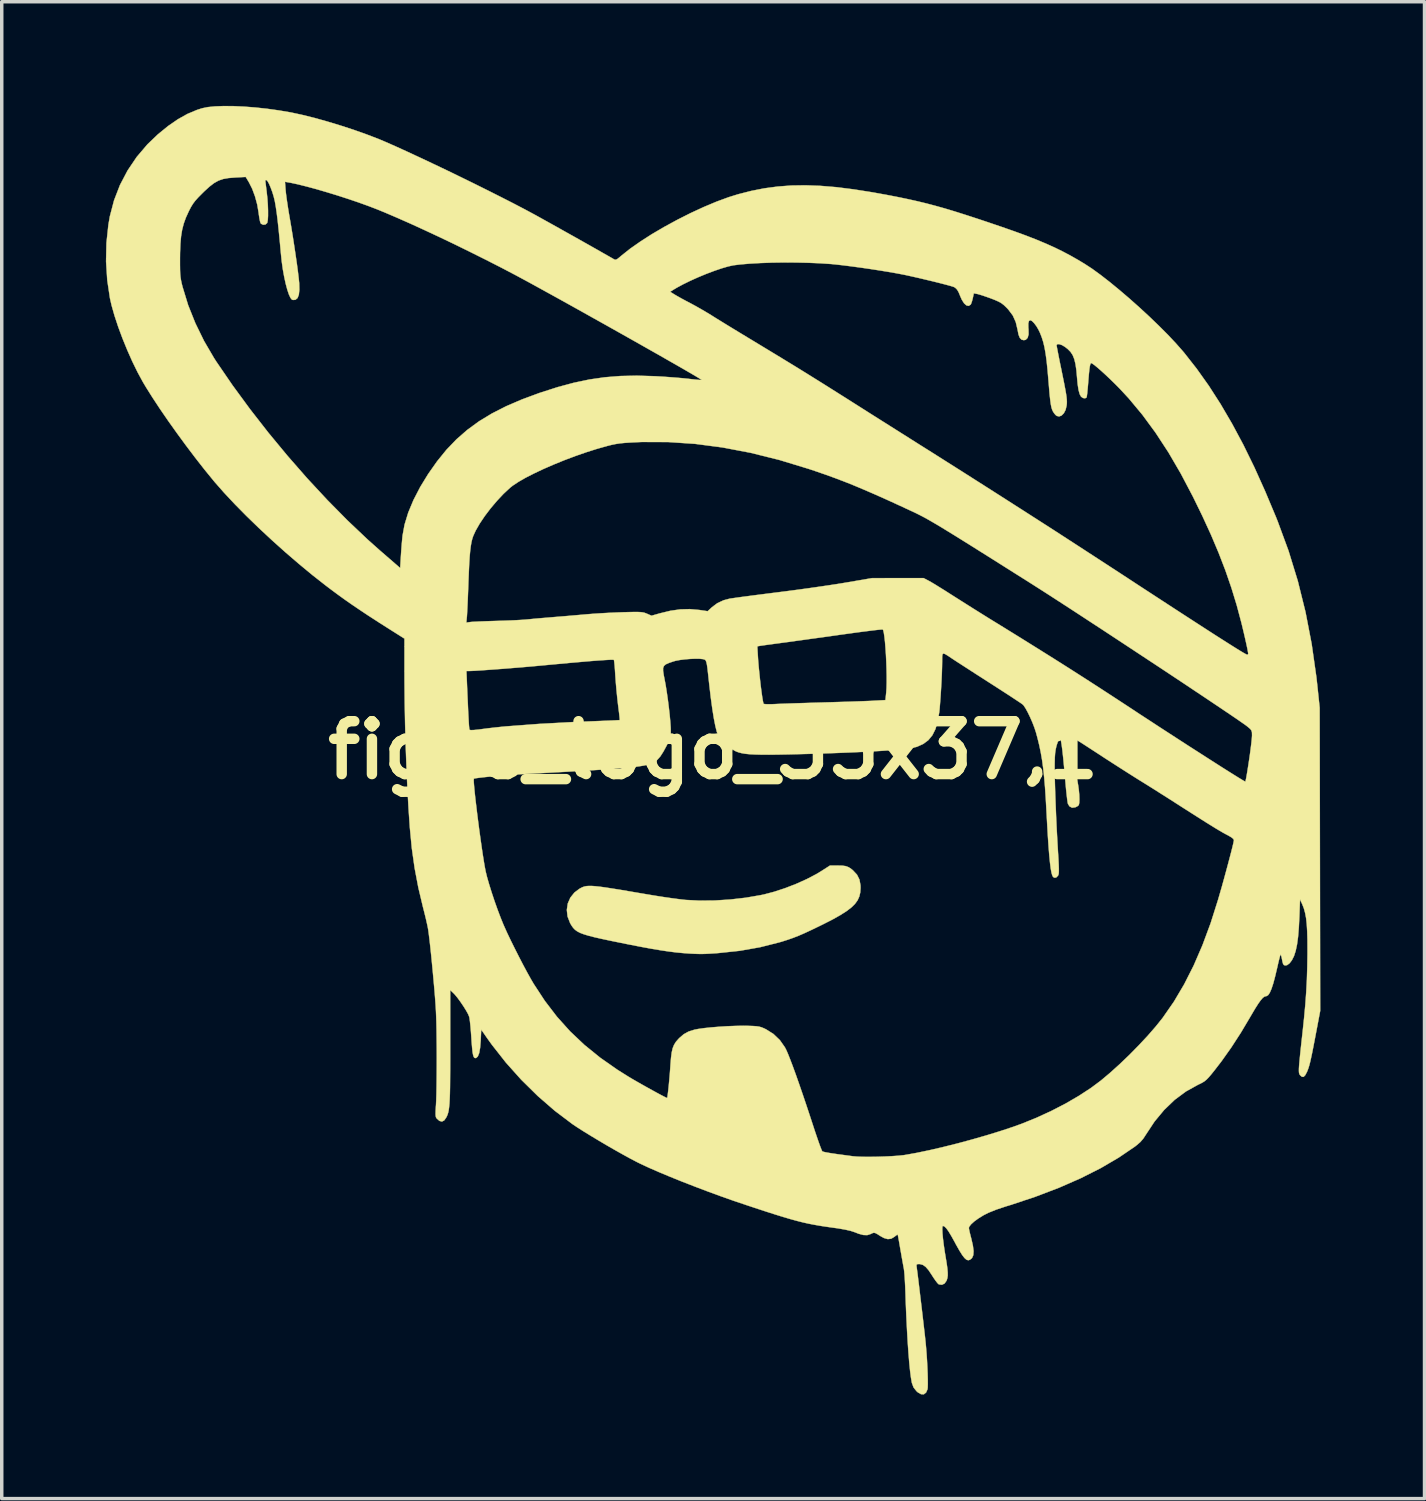
<source format=kicad_pcb>
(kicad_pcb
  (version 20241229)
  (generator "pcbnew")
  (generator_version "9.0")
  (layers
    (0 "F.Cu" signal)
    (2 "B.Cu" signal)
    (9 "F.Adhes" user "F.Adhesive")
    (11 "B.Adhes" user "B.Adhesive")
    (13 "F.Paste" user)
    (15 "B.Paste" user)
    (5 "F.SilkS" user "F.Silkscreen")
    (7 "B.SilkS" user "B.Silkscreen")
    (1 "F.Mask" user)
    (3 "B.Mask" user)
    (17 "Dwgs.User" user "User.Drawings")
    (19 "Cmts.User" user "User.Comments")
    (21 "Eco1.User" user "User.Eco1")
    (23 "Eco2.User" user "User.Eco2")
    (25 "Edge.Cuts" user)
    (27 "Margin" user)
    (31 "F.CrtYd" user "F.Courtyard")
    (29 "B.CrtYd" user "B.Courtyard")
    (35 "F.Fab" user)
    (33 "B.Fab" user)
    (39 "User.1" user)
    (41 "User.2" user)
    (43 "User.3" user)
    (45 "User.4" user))
  (footprint "figge_logo_35x37,1"
    (layer "F.Cu")
    (at 17.496 18.556)
    (property "Reference" "figge_logo_35x37,1" (at 0 0 0) (layer "F.SilkS") (effects (font (size 1.524 1.524) (thickness 0.3))))
    (attr through_hole)
    (fp_poly (pts (xy 3.714 3.326) (xy 3.817 3.341) (xy 3.899 3.373) (xy 3.978 3.426) (xy 4.021 3.462) (xy 4.138 3.588) (xy 4.208 3.728) (xy 4.238 3.894) (xy 4.24 3.968) (xy 4.231 4.097) (xy 4.204 4.214) (xy 4.155 4.323) (xy 4.079 4.428) (xy 3.974 4.531) (xy 3.834 4.638) (xy 3.656 4.751) (xy 3.437 4.874) (xy 3.171 5.01) (xy 3.034 5.077) (xy 2.808 5.186) (xy 2.618 5.274) (xy 2.452 5.346) (xy 2.298 5.406) (xy 2.144 5.46) (xy 1.978 5.513) (xy 1.905 5.534) (xy 1.348 5.675) (xy 0.758 5.779) (xy 0.144 5.844) (xy 0.082 5.849) (xy -0.088 5.86) (xy -0.22 5.867) (xy -0.331 5.87) (xy -0.435 5.869) (xy -0.551 5.865) (xy -0.686 5.858) (xy -0.877 5.844) (xy -1.075 5.825) (xy -1.288 5.798) (xy -1.523 5.763) (xy -1.786 5.719) (xy -2.084 5.664) (xy -2.424 5.598) (xy -2.677 5.547) (xy -2.976 5.486) (xy -3.225 5.433) (xy -3.431 5.386) (xy -3.598 5.343) (xy -3.732 5.302) (xy -3.838 5.262) (xy -3.92 5.219) (xy -3.985 5.172) (xy -4.036 5.119) (xy -4.08 5.058) (xy -4.122 4.987) (xy -4.127 4.977) (xy -4.199 4.791) (xy -4.22 4.602) (xy -4.193 4.418) (xy -4.119 4.249) (xy -4.001 4.101) (xy -3.859 3.994) (xy -3.811 3.967) (xy -3.764 3.945) (xy -3.715 3.928) (xy -3.658 3.916) (xy -3.589 3.911) (xy -3.504 3.911) (xy -3.398 3.919) (xy -3.267 3.933) (xy -3.107 3.955) (xy -2.913 3.985) (xy -2.68 4.022) (xy -2.405 4.069) (xy -2.082 4.124) (xy -1.881 4.158) (xy -1.664 4.194) (xy -1.442 4.229) (xy -1.228 4.26) (xy -1.034 4.286) (xy -0.873 4.306) (xy -0.796 4.314) (xy -0.392 4.334) (xy 0.043 4.33) (xy 0.491 4.301) (xy 0.935 4.25) (xy 1.358 4.177) (xy 1.455 4.157) (xy 1.754 4.078) (xy 2.07 3.974) (xy 2.387 3.851) (xy 2.691 3.714) (xy 2.964 3.571) (xy 3.107 3.485) (xy 3.36 3.323) (xy 3.573 3.323) (xy 3.714 3.326)) (stroke (width 0.01) (type solid)) (fill yes) (layer "F.SilkS"))
    (fp_poly (pts (xy -13.82 -18.549) (xy -13.514 -18.535) (xy -13.191 -18.51) (xy -12.857 -18.474) (xy -12.52 -18.427) (xy -12.188 -18.371) (xy -12.165 -18.367) (xy -11.845 -18.298) (xy -11.49 -18.21) (xy -11.112 -18.104) (xy -10.724 -17.986) (xy -10.339 -17.86) (xy -9.971 -17.729) (xy -9.631 -17.598) (xy -9.46 -17.526) (xy -9.167 -17.397) (xy -8.835 -17.246) (xy -8.473 -17.078) (xy -8.089 -16.897) (xy -7.69 -16.707) (xy -7.284 -16.51) (xy -6.88 -16.312) (xy -6.486 -16.116) (xy -6.109 -15.926) (xy -5.758 -15.747) (xy -5.44 -15.581) (xy -5.163 -15.432) (xy -5.135 -15.417) (xy -5.009 -15.347) (xy -4.847 -15.257) (xy -4.656 -15.151) (xy -4.445 -15.033) (xy -4.221 -14.907) (xy -3.99 -14.778) (xy -3.761 -14.649) (xy -3.541 -14.525) (xy -3.338 -14.41) (xy -3.158 -14.307) (xy -3.009 -14.223) (xy -2.899 -14.16) (xy -2.879 -14.148) (xy -2.841 -14.128) (xy -2.807 -14.126) (xy -2.766 -14.146) (xy -2.706 -14.193) (xy -2.646 -14.244) (xy -2.395 -14.444) (xy -2.099 -14.651) (xy -1.769 -14.863) (xy -1.412 -15.072) (xy -1.039 -15.275) (xy -0.659 -15.467) (xy -0.28 -15.642) (xy 0.089 -15.797) (xy 0.437 -15.925) (xy 0.709 -16.01) (xy 1.09 -16.107) (xy 1.469 -16.182) (xy 1.852 -16.233) (xy 2.246 -16.263) (xy 2.655 -16.269) (xy 3.086 -16.253) (xy 3.545 -16.215) (xy 4.038 -16.153) (xy 4.571 -16.069) (xy 4.998 -15.992) (xy 5.313 -15.931) (xy 5.601 -15.871) (xy 5.871 -15.811) (xy 6.132 -15.748) (xy 6.393 -15.679) (xy 6.664 -15.603) (xy 6.953 -15.516) (xy 7.269 -15.416) (xy 7.622 -15.301) (xy 7.883 -15.214) (xy 8.301 -15.072) (xy 8.673 -14.942) (xy 9.004 -14.821) (xy 9.302 -14.705) (xy 9.572 -14.592) (xy 9.822 -14.48) (xy 10.057 -14.365) (xy 10.284 -14.245) (xy 10.509 -14.117) (xy 10.695 -14.005) (xy 10.908 -13.866) (xy 11.15 -13.69) (xy 11.414 -13.485) (xy 11.694 -13.255) (xy 11.982 -13.009) (xy 12.273 -12.75) (xy 12.559 -12.486) (xy 12.833 -12.222) (xy 13.09 -11.965) (xy 13.321 -11.719) (xy 13.521 -11.492) (xy 13.556 -11.451) (xy 13.919 -10.989) (xy 14.269 -10.497) (xy 14.608 -9.97) (xy 14.938 -9.406) (xy 15.262 -8.801) (xy 15.58 -8.151) (xy 15.894 -7.454) (xy 16.208 -6.706) (xy 16.254 -6.59) (xy 16.566 -5.743) (xy 16.833 -4.874) (xy 17.055 -3.98) (xy 17.233 -3.057) (xy 17.369 -2.102) (xy 17.395 -1.867) (xy 17.463 -1.222) (xy 17.471 3.144) (xy 17.478 7.51) (xy 17.374 8.059) (xy 17.322 8.331) (xy 17.279 8.554) (xy 17.243 8.735) (xy 17.212 8.88) (xy 17.186 8.995) (xy 17.162 9.085) (xy 17.14 9.157) (xy 17.118 9.217) (xy 17.096 9.27) (xy 17.045 9.365) (xy 16.999 9.41) (xy 16.952 9.407) (xy 16.902 9.364) (xy 16.887 9.345) (xy 16.876 9.321) (xy 16.868 9.287) (xy 16.865 9.238) (xy 16.866 9.168) (xy 16.872 9.073) (xy 16.883 8.948) (xy 16.899 8.786) (xy 16.92 8.584) (xy 16.947 8.336) (xy 16.969 8.142) (xy 17.014 7.716) (xy 17.05 7.328) (xy 17.076 6.965) (xy 17.095 6.61) (xy 17.106 6.248) (xy 17.112 5.865) (xy 17.112 5.765) (xy 17.111 5.468) (xy 17.104 5.219) (xy 17.091 5.011) (xy 17.072 4.836) (xy 17.044 4.688) (xy 17.009 4.56) (xy 16.964 4.444) (xy 16.96 4.435) (xy 16.897 4.297) (xy 16.879 4.792) (xy 16.863 5.109) (xy 16.841 5.377) (xy 16.811 5.599) (xy 16.772 5.782) (xy 16.724 5.93) (xy 16.664 6.049) (xy 16.597 6.138) (xy 16.524 6.192) (xy 16.468 6.201) (xy 16.432 6.188) (xy 16.408 6.152) (xy 16.389 6.081) (xy 16.379 6.027) (xy 16.362 5.946) (xy 16.345 5.897) (xy 16.334 5.89) (xy 16.322 5.926) (xy 16.301 6.005) (xy 16.274 6.114) (xy 16.245 6.243) (xy 16.244 6.247) (xy 16.183 6.506) (xy 16.128 6.714) (xy 16.076 6.872) (xy 16.027 6.985) (xy 15.98 7.054) (xy 15.934 7.083) (xy 15.921 7.085) (xy 15.877 7.096) (xy 15.826 7.133) (xy 15.767 7.2) (xy 15.694 7.302) (xy 15.605 7.442) (xy 15.496 7.627) (xy 15.455 7.697) (xy 15.191 8.141) (xy 14.916 8.565) (xy 14.638 8.957) (xy 14.444 9.209) (xy 14.344 9.334) (xy 14.267 9.424) (xy 14.204 9.489) (xy 14.146 9.537) (xy 14.081 9.577) (xy 14.001 9.617) (xy 13.959 9.637) (xy 13.613 9.829) (xy 13.287 10.071) (xy 12.985 10.361) (xy 12.707 10.696) (xy 12.464 11.064) (xy 12.382 11.189) (xy 12.296 11.288) (xy 12.187 11.382) (xy 12.145 11.415) (xy 11.676 11.734) (xy 11.155 12.039) (xy 10.582 12.328) (xy 9.957 12.602) (xy 9.28 12.86) (xy 8.553 13.102) (xy 8.43 13.139) (xy 8.148 13.233) (xy 7.92 13.325) (xy 7.786 13.393) (xy 7.638 13.484) (xy 7.515 13.573) (xy 7.423 13.656) (xy 7.37 13.725) (xy 7.359 13.761) (xy 7.366 13.807) (xy 7.384 13.892) (xy 7.411 14) (xy 7.428 14.064) (xy 7.475 14.268) (xy 7.495 14.427) (xy 7.487 14.544) (xy 7.452 14.624) (xy 7.442 14.636) (xy 7.391 14.677) (xy 7.342 14.692) (xy 7.29 14.676) (xy 7.234 14.627) (xy 7.167 14.54) (xy 7.087 14.412) (xy 6.989 14.239) (xy 6.949 14.163) (xy 6.852 13.989) (xy 6.774 13.86) (xy 6.711 13.773) (xy 6.66 13.722) (xy 6.617 13.703) (xy 6.611 13.702) (xy 6.597 13.728) (xy 6.594 13.802) (xy 6.599 13.916) (xy 6.613 14.066) (xy 6.635 14.243) (xy 6.664 14.443) (xy 6.687 14.581) (xy 6.719 14.776) (xy 6.74 14.927) (xy 6.75 15.042) (xy 6.751 15.131) (xy 6.741 15.202) (xy 6.722 15.265) (xy 6.716 15.281) (xy 6.66 15.361) (xy 6.584 15.398) (xy 6.5 15.387) (xy 6.488 15.382) (xy 6.452 15.347) (xy 6.398 15.277) (xy 6.333 15.182) (xy 6.293 15.119) (xy 6.199 14.978) (xy 6.116 14.883) (xy 6.036 14.826) (xy 5.951 14.802) (xy 5.915 14.801) (xy 5.868 14.805) (xy 5.851 14.828) (xy 5.855 14.887) (xy 5.858 14.904) (xy 5.866 14.967) (xy 5.881 15.077) (xy 5.899 15.226) (xy 5.921 15.405) (xy 5.945 15.608) (xy 5.971 15.825) (xy 5.998 16.049) (xy 6.024 16.273) (xy 6.049 16.488) (xy 6.072 16.686) (xy 6.092 16.859) (xy 6.107 17) (xy 6.11 17.025) (xy 6.126 17.195) (xy 6.141 17.382) (xy 6.154 17.578) (xy 6.164 17.773) (xy 6.172 17.958) (xy 6.176 18.123) (xy 6.177 18.26) (xy 6.174 18.359) (xy 6.169 18.405) (xy 6.126 18.503) (xy 6.063 18.552) (xy 5.983 18.55) (xy 5.89 18.497) (xy 5.849 18.46) (xy 5.766 18.354) (xy 5.72 18.23) (xy 5.716 18.214) (xy 5.691 18.071) (xy 5.666 17.877) (xy 5.642 17.637) (xy 5.619 17.355) (xy 5.597 17.035) (xy 5.577 16.682) (xy 5.558 16.3) (xy 5.541 15.893) (xy 5.532 15.611) (xy 5.525 15.434) (xy 5.516 15.267) (xy 5.507 15.122) (xy 5.497 15.01) (xy 5.488 14.941) (xy 5.488 14.938) (xy 5.474 14.867) (xy 5.454 14.755) (xy 5.429 14.616) (xy 5.402 14.461) (xy 5.389 14.389) (xy 5.364 14.243) (xy 5.342 14.117) (xy 5.324 14.021) (xy 5.313 13.964) (xy 5.31 13.953) (xy 5.286 13.962) (xy 5.237 13.998) (xy 5.216 14.015) (xy 5.123 14.071) (xy 5.025 14.083) (xy 4.913 14.051) (xy 4.805 13.991) (xy 4.718 13.935) (xy 4.66 13.906) (xy 4.617 13.9) (xy 4.572 13.915) (xy 4.526 13.938) (xy 4.432 13.968) (xy 4.32 13.964) (xy 4.181 13.927) (xy 4.078 13.886) (xy 3.957 13.846) (xy 3.791 13.808) (xy 3.577 13.771) (xy 3.487 13.759) (xy 3.281 13.73) (xy 3.095 13.702) (xy 2.922 13.672) (xy 2.755 13.64) (xy 2.587 13.603) (xy 2.413 13.559) (xy 2.224 13.507) (xy 2.016 13.446) (xy 1.78 13.373) (xy 1.511 13.287) (xy 1.201 13.185) (xy 0.947 13.101) (xy 0.585 12.979) (xy 0.212 12.847) (xy -0.165 12.709) (xy -0.539 12.567) (xy -0.902 12.426) (xy -1.246 12.287) (xy -1.564 12.154) (xy -1.848 12.03) (xy -2.091 11.917) (xy -2.197 11.865) (xy -2.375 11.772) (xy -2.583 11.658) (xy -2.811 11.53) (xy -3.05 11.393) (xy -3.289 11.252) (xy -3.518 11.114) (xy -3.729 10.985) (xy -3.911 10.869) (xy -4.054 10.773) (xy -4.059 10.77) (xy -4.565 10.388) (xy -5.058 9.96) (xy -5.531 9.494) (xy -5.974 8.999) (xy -6.38 8.483) (xy -6.522 8.285) (xy -6.686 8.048) (xy -6.701 8.369) (xy -6.718 8.574) (xy -6.745 8.725) (xy -6.784 8.822) (xy -6.833 8.866) (xy -6.853 8.869) (xy -6.88 8.862) (xy -6.901 8.835) (xy -6.919 8.782) (xy -6.935 8.698) (xy -6.948 8.575) (xy -6.962 8.408) (xy -6.971 8.265) (xy -6.983 8.1) (xy -6.996 7.947) (xy -7.01 7.818) (xy -7.023 7.723) (xy -7.031 7.682) (xy -7.063 7.604) (xy -7.122 7.497) (xy -7.199 7.374) (xy -7.285 7.247) (xy -7.371 7.13) (xy -7.449 7.036) (xy -7.48 7.004) (xy -7.579 6.909) (xy -7.579 8.529) (xy -7.579 8.895) (xy -7.58 9.21) (xy -7.582 9.479) (xy -7.584 9.706) (xy -7.588 9.895) (xy -7.594 10.052) (xy -7.601 10.179) (xy -7.611 10.283) (xy -7.622 10.366) (xy -7.636 10.434) (xy -7.653 10.49) (xy -7.673 10.54) (xy -7.69 10.574) (xy -7.751 10.663) (xy -7.817 10.697) (xy -7.891 10.677) (xy -7.967 10.609) (xy -7.986 10.581) (xy -7.997 10.541) (xy -8.001 10.479) (xy -7.999 10.384) (xy -7.991 10.246) (xy -7.989 10.229) (xy -7.982 10.088) (xy -7.976 9.901) (xy -7.972 9.678) (xy -7.969 9.426) (xy -7.967 9.154) (xy -7.966 8.873) (xy -7.967 8.59) (xy -7.97 8.315) (xy -7.973 8.056) (xy -7.978 7.822) (xy -7.985 7.623) (xy -7.99 7.51) (xy -8 7.34) (xy -8.015 7.136) (xy -8.033 6.909) (xy -8.055 6.665) (xy -8.078 6.412) (xy -8.102 6.16) (xy -8.126 5.915) (xy -8.15 5.687) (xy -8.173 5.482) (xy -8.194 5.31) (xy -8.212 5.178) (xy -8.224 5.107) (xy -8.247 5) (xy -8.279 4.858) (xy -8.318 4.699) (xy -8.358 4.541) (xy -8.361 4.531) (xy -8.497 3.959) (xy -8.604 3.396) (xy -8.685 2.823) (xy -8.743 2.218) (xy -8.744 2.195) (xy -8.78 1.674) (xy -8.811 1.109) (xy -8.823 0.855) (xy -6.903 0.855) (xy -6.899 0.936) (xy -6.889 1.058) (xy -6.874 1.216) (xy -6.854 1.402) (xy -6.829 1.611) (xy -6.802 1.837) (xy -6.772 2.072) (xy -6.741 2.311) (xy -6.708 2.547) (xy -6.676 2.774) (xy -6.645 2.985) (xy -6.615 3.175) (xy -6.588 3.337) (xy -6.564 3.464) (xy -6.56 3.486) (xy -6.518 3.657) (xy -6.458 3.866) (xy -6.385 4.099) (xy -6.303 4.346) (xy -6.216 4.591) (xy -6.128 4.824) (xy -6.044 5.03) (xy -6.028 5.066) (xy -5.945 5.251) (xy -5.842 5.467) (xy -5.726 5.702) (xy -5.604 5.943) (xy -5.481 6.18) (xy -5.363 6.401) (xy -5.256 6.593) (xy -5.177 6.728) (xy -4.854 7.221) (xy -4.506 7.676) (xy -4.128 8.097) (xy -3.714 8.489) (xy -3.26 8.857) (xy -2.76 9.207) (xy -2.454 9.399) (xy -2.339 9.468) (xy -2.204 9.546) (xy -2.057 9.63) (xy -1.905 9.715) (xy -1.757 9.797) (xy -1.62 9.872) (xy -1.501 9.936) (xy -1.408 9.984) (xy -1.35 10.013) (xy -1.332 10.018) (xy -1.323 9.985) (xy -1.312 9.906) (xy -1.298 9.79) (xy -1.283 9.646) (xy -1.268 9.483) (xy -1.253 9.309) (xy -1.24 9.133) (xy -1.236 9.069) (xy -1.22 8.868) (xy -1.2 8.71) (xy -1.172 8.587) (xy -1.132 8.488) (xy -1.078 8.401) (xy -1.005 8.317) (xy -0.98 8.291) (xy -0.853 8.182) (xy -0.714 8.105) (xy -0.547 8.052) (xy -0.441 8.031) (xy -0.273 8.007) (xy -0.065 7.985) (xy 0.167 7.966) (xy 0.409 7.951) (xy 0.645 7.942) (xy 0.86 7.938) (xy 0.99 7.94) (xy 1.137 7.945) (xy 1.242 7.952) (xy 1.322 7.964) (xy 1.391 7.984) (xy 1.463 8.014) (xy 1.52 8.042) (xy 1.731 8.175) (xy 1.915 8.351) (xy 2.061 8.559) (xy 2.099 8.633) (xy 2.149 8.747) (xy 2.213 8.908) (xy 2.29 9.111) (xy 2.377 9.35) (xy 2.472 9.62) (xy 2.574 9.916) (xy 2.681 10.233) (xy 2.791 10.565) (xy 2.853 10.754) (xy 2.917 10.95) (xy 2.978 11.13) (xy 3.032 11.287) (xy 3.078 11.414) (xy 3.113 11.503) (xy 3.134 11.549) (xy 3.137 11.554) (xy 3.163 11.565) (xy 3.217 11.579) (xy 3.303 11.595) (xy 3.426 11.615) (xy 3.591 11.639) (xy 3.801 11.667) (xy 4.023 11.697) (xy 4.146 11.707) (xy 4.311 11.713) (xy 4.506 11.714) (xy 4.717 11.711) (xy 4.933 11.704) (xy 5.141 11.694) (xy 5.328 11.681) (xy 5.481 11.665) (xy 5.528 11.658) (xy 5.857 11.599) (xy 6.225 11.522) (xy 6.621 11.43) (xy 7.034 11.327) (xy 7.451 11.214) (xy 7.862 11.096) (xy 8.255 10.975) (xy 8.618 10.855) (xy 8.883 10.76) (xy 9.312 10.586) (xy 9.737 10.39) (xy 10.147 10.178) (xy 10.532 9.954) (xy 10.882 9.725) (xy 11.162 9.516) (xy 11.427 9.293) (xy 11.704 9.043) (xy 11.983 8.776) (xy 12.254 8.5) (xy 12.51 8.226) (xy 12.739 7.963) (xy 12.933 7.721) (xy 12.947 7.702) (xy 13.265 7.244) (xy 13.56 6.745) (xy 13.834 6.204) (xy 14.087 5.619) (xy 14.322 4.986) (xy 14.536 4.311) (xy 14.59 4.125) (xy 14.648 3.924) (xy 14.706 3.714) (xy 14.764 3.502) (xy 14.819 3.297) (xy 14.87 3.105) (xy 14.915 2.933) (xy 14.951 2.789) (xy 14.977 2.679) (xy 14.991 2.611) (xy 14.993 2.596) (xy 14.978 2.558) (xy 14.929 2.516) (xy 14.839 2.462) (xy 14.789 2.436) (xy 14.727 2.403) (xy 14.657 2.364) (xy 14.575 2.316) (xy 14.478 2.258) (xy 14.36 2.185) (xy 14.217 2.097) (xy 14.046 1.989) (xy 13.842 1.859) (xy 13.6 1.705) (xy 13.317 1.524) (xy 13.29 1.506) (xy 13.097 1.383) (xy 12.882 1.247) (xy 12.663 1.108) (xy 12.455 0.978) (xy 12.276 0.867) (xy 12.274 0.866) (xy 12.115 0.766) (xy 11.922 0.644) (xy 11.709 0.508) (xy 11.489 0.367) (xy 11.275 0.229) (xy 11.135 0.137) (xy 10.924 -0.000206) (xy 10.755 -0.11) (xy 10.622 -0.196) (xy 10.521 -0.259) (xy 10.448 -0.304) (xy 10.397 -0.332) (xy 10.364 -0.347) (xy 10.345 -0.352) (xy 10.334 -0.348) (xy 10.333 -0.347) (xy 10.332 -0.317) (xy 10.339 -0.241) (xy 10.35 -0.128) (xy 10.367 0.013) (xy 10.387 0.175) (xy 10.41 0.347) (xy 10.433 0.522) (xy 10.457 0.691) (xy 10.48 0.845) (xy 10.501 0.975) (xy 10.506 1.002) (xy 10.526 1.145) (xy 10.539 1.287) (xy 10.543 1.415) (xy 10.539 1.516) (xy 10.526 1.579) (xy 10.523 1.584) (xy 10.484 1.617) (xy 10.425 1.646) (xy 10.332 1.658) (xy 10.258 1.619) (xy 10.213 1.546) (xy 10.203 1.5) (xy 10.19 1.407) (xy 10.175 1.277) (xy 10.158 1.118) (xy 10.142 0.939) (xy 10.132 0.827) (xy 10.103 0.501) (xy 10.077 0.228) (xy 10.053 0.006) (xy 10.03 -0.164) (xy 10.009 -0.286) (xy 10.007 -0.299) (xy 9.988 -0.343) (xy 9.962 -0.332) (xy 9.93 -0.267) (xy 9.891 -0.15) (xy 9.882 -0.12) (xy 9.86 -0.024) (xy 9.844 0.082) (xy 9.835 0.21) (xy 9.831 0.372) (xy 9.83 0.484) (xy 9.832 0.7) (xy 9.838 0.961) (xy 9.847 1.258) (xy 9.859 1.581) (xy 9.873 1.921) (xy 9.889 2.268) (xy 9.908 2.612) (xy 9.926 2.924) (xy 9.939 3.13) (xy 9.947 3.288) (xy 9.951 3.405) (xy 9.951 3.489) (xy 9.948 3.547) (xy 9.94 3.586) (xy 9.928 3.613) (xy 9.925 3.618) (xy 9.87 3.671) (xy 9.814 3.672) (xy 9.781 3.645) (xy 9.759 3.6) (xy 9.737 3.52) (xy 9.716 3.401) (xy 9.696 3.242) (xy 9.676 3.041) (xy 9.656 2.794) (xy 9.636 2.499) (xy 9.616 2.154) (xy 9.596 1.788) (xy 9.575 1.408) (xy 9.553 1.075) (xy 9.528 0.782) (xy 9.5 0.521) (xy 9.468 0.285) (xy 9.43 0.065) (xy 9.386 -0.145) (xy 9.335 -0.353) (xy 9.293 -0.508) (xy 9.248 -0.646) (xy 9.19 -0.797) (xy 9.124 -0.948) (xy 9.056 -1.088) (xy 8.992 -1.205) (xy 8.937 -1.288) (xy 8.914 -1.312) (xy 8.879 -1.339) (xy 8.802 -1.391) (xy 8.69 -1.465) (xy 8.548 -1.559) (xy 8.381 -1.667) (xy 8.195 -1.787) (xy 7.996 -1.915) (xy 7.963 -1.936) (xy 7.755 -2.07) (xy 7.553 -2.199) (xy 7.365 -2.321) (xy 7.196 -2.43) (xy 7.053 -2.522) (xy 6.943 -2.594) (xy 6.873 -2.64) (xy 6.872 -2.641) (xy 6.753 -2.721) (xy 6.673 -2.769) (xy 6.625 -2.784) (xy 6.6 -2.762) (xy 6.591 -2.701) (xy 6.59 -2.598) (xy 6.59 -2.55) (xy 6.587 -2.394) (xy 6.581 -2.201) (xy 6.571 -1.985) (xy 6.558 -1.76) (xy 6.544 -1.54) (xy 6.529 -1.339) (xy 6.515 -1.171) (xy 6.507 -1.098) (xy 6.462 -0.83) (xy 6.397 -0.608) (xy 6.308 -0.429) (xy 6.192 -0.288) (xy 6.047 -0.18) (xy 5.868 -0.099) (xy 5.863 -0.097) (xy 5.756 -0.071) (xy 5.595 -0.046) (xy 5.379 -0.021) (xy 5.109 0.002) (xy 4.785 0.024) (xy 4.406 0.045) (xy 3.973 0.065) (xy 3.486 0.084) (xy 2.946 0.102) (xy 2.539 0.113) (xy 2.18 0.122) (xy 1.87 0.128) (xy 1.607 0.131) (xy 1.384 0.13) (xy 1.198 0.125) (xy 1.044 0.117) (xy 0.918 0.104) (xy 0.814 0.086) (xy 0.728 0.064) (xy 0.656 0.037) (xy 0.61 0.014) (xy 0.464 -0.079) (xy 0.328 -0.19) (xy 0.216 -0.307) (xy 0.142 -0.417) (xy 0.139 -0.422) (xy 0.098 -0.533) (xy 0.057 -0.698) (xy 0.014 -0.918) (xy -0.03 -1.193) (xy -0.075 -1.523) (xy -0.12 -1.907) (xy -0.15 -2.183) (xy -0.168 -2.343) (xy -0.184 -2.458) (xy -0.201 -2.534) (xy -0.219 -2.58) (xy -0.239 -2.604) (xy -0.295 -2.622) (xy -0.393 -2.632) (xy -0.52 -2.634) (xy -0.665 -2.628) (xy -0.816 -2.616) (xy -0.96 -2.598) (xy -1.086 -2.574) (xy -1.153 -2.555) (xy -1.28 -2.512) (xy -1.368 -2.473) (xy -1.422 -2.427) (xy -1.447 -2.366) (xy -1.447 -2.28) (xy -1.428 -2.157) (xy -1.403 -2.028) (xy -1.372 -1.863) (xy -1.341 -1.665) (xy -1.31 -1.449) (xy -1.282 -1.227) (xy -1.258 -1.013) (xy -1.24 -0.821) (xy -1.229 -0.663) (xy -1.227 -0.606) (xy -1.227 -0.493) (xy -1.233 -0.41) (xy -1.25 -0.338) (xy -1.283 -0.257) (xy -1.336 -0.149) (xy -1.342 -0.137) (xy -1.44 0.044) (xy -1.528 0.181) (xy -1.617 0.281) (xy -1.715 0.353) (xy -1.832 0.402) (xy -1.975 0.438) (xy -2.046 0.451) (xy -2.148 0.467) (xy -2.268 0.482) (xy -2.409 0.497) (xy -2.573 0.513) (xy -2.765 0.529) (xy -2.987 0.546) (xy -3.243 0.563) (xy -3.536 0.582) (xy -3.869 0.601) (xy -4.245 0.623) (xy -4.668 0.646) (xy -5.141 0.671) (xy -5.41 0.685) (xy -5.604 0.697) (xy -5.809 0.71) (xy -6.016 0.726) (xy -6.218 0.742) (xy -6.408 0.759) (xy -6.577 0.776) (xy -6.718 0.792) (xy -6.823 0.806) (xy -6.886 0.817) (xy -6.899 0.822) (xy -6.903 0.855) (xy -8.823 0.855) (xy -8.838 0.512) (xy -8.861 -0.106) (xy -8.878 -0.733) (xy -8.89 -1.358) (xy -8.896 -1.969) (xy -8.897 -2.255) (xy -8.897 -2.279) (xy -7.112 -2.279) (xy -7.096 -1.902) (xy -7.083 -1.594) (xy -7.071 -1.336) (xy -7.062 -1.125) (xy -7.053 -0.956) (xy -7.046 -0.825) (xy -7.04 -0.727) (xy -7.034 -0.658) (xy -7.029 -0.615) (xy -7.024 -0.591) (xy -7.022 -0.587) (xy -6.986 -0.577) (xy -6.897 -0.58) (xy -6.758 -0.594) (xy -6.662 -0.607) (xy -6.486 -0.63) (xy -6.284 -0.653) (xy -6.086 -0.674) (xy -5.967 -0.685) (xy -5.024 -0.756) (xy -4.03 -0.81) (xy -3.583 -0.828) (xy -3.37 -0.836) (xy -3.174 -0.844) (xy -3.004 -0.851) (xy -2.864 -0.857) (xy -2.763 -0.862) (xy -2.707 -0.865) (xy -2.697 -0.866) (xy -2.697 -0.894) (xy -2.704 -0.967) (xy -2.716 -1.076) (xy -2.733 -1.212) (xy -2.746 -1.315) (xy -2.768 -1.51) (xy -2.79 -1.729) (xy -2.809 -1.947) (xy -2.823 -2.14) (xy -2.825 -2.17) (xy -2.834 -2.315) (xy -2.844 -2.441) (xy -2.854 -2.536) (xy -2.862 -2.591) (xy -2.866 -2.6) (xy -2.9 -2.605) (xy -2.986 -2.603) (xy -3.124 -2.595) (xy -3.31 -2.583) (xy -3.542 -2.565) (xy -3.819 -2.541) (xy -4.139 -2.513) (xy -4.5 -2.48) (xy -4.886 -2.444) (xy -5.101 -2.424) (xy -5.336 -2.403) (xy -5.582 -2.382) (xy -5.832 -2.362) (xy -6.078 -2.342) (xy -6.313 -2.325) (xy -6.53 -2.309) (xy -6.72 -2.296) (xy -6.877 -2.286) (xy -6.992 -2.281) (xy -7.049 -2.279) (xy -7.112 -2.279) (xy -8.897 -2.279) (xy -8.897 -2.991) (xy 1.266 -2.991) (xy 1.28 -2.752) (xy 1.29 -2.591) (xy 1.305 -2.412) (xy 1.324 -2.222) (xy 1.344 -2.031) (xy 1.365 -1.847) (xy 1.387 -1.678) (xy 1.407 -1.534) (xy 1.426 -1.422) (xy 1.441 -1.352) (xy 1.448 -1.335) (xy 1.48 -1.327) (xy 1.555 -1.323) (xy 1.661 -1.323) (xy 1.768 -1.327) (xy 1.865 -1.332) (xy 2.009 -1.337) (xy 2.192 -1.344) (xy 2.404 -1.351) (xy 2.638 -1.358) (xy 2.886 -1.366) (xy 3.14 -1.373) (xy 3.158 -1.374) (xy 3.414 -1.381) (xy 3.668 -1.389) (xy 3.911 -1.396) (xy 4.134 -1.404) (xy 4.328 -1.411) (xy 4.485 -1.417) (xy 4.597 -1.422) (xy 4.599 -1.423) (xy 4.956 -1.442) (xy 4.979 -1.661) (xy 4.988 -1.793) (xy 4.992 -1.954) (xy 4.992 -2.139) (xy 4.988 -2.337) (xy 4.981 -2.542) (xy 4.971 -2.746) (xy 4.958 -2.939) (xy 4.944 -3.115) (xy 4.927 -3.265) (xy 4.91 -3.381) (xy 4.892 -3.455) (xy 4.881 -3.476) (xy 4.85 -3.476) (xy 4.772 -3.469) (xy 4.65 -3.456) (xy 4.49 -3.436) (xy 4.299 -3.412) (xy 4.081 -3.383) (xy 3.843 -3.35) (xy 3.674 -3.327) (xy 3.4 -3.288) (xy 3.123 -3.249) (xy 2.85 -3.212) (xy 2.593 -3.176) (xy 2.359 -3.144) (xy 2.159 -3.116) (xy 2.001 -3.095) (xy 1.963 -3.09) (xy 1.794 -3.067) (xy 1.638 -3.046) (xy 1.506 -3.028) (xy 1.408 -3.014) (xy 1.354 -3.006) (xy 1.266 -2.991) (xy -8.897 -2.991) (xy -8.897 -3.213) (xy -9.041 -3.304) (xy -9.383 -3.52) (xy -9.625 -3.674) (xy -7.115 -3.674) (xy -7.011 -3.689) (xy -6.954 -3.695) (xy -6.851 -3.7) (xy -6.712 -3.707) (xy -6.546 -3.713) (xy -6.362 -3.719) (xy -6.261 -3.722) (xy -6.061 -3.728) (xy -5.865 -3.735) (xy -5.685 -3.743) (xy -5.531 -3.752) (xy -5.415 -3.76) (xy -5.382 -3.763) (xy -5.278 -3.773) (xy -5.133 -3.787) (xy -4.961 -3.802) (xy -4.776 -3.817) (xy -4.613 -3.831) (xy -4.405 -3.848) (xy -4.175 -3.867) (xy -3.946 -3.887) (xy -3.736 -3.905) (xy -3.625 -3.915) (xy -3.444 -3.929) (xy -3.227 -3.943) (xy -2.996 -3.956) (xy -2.768 -3.966) (xy -2.609 -3.972) (xy -2.417 -3.977) (xy -2.272 -3.98) (xy -2.164 -3.979) (xy -2.085 -3.975) (xy -2.026 -3.967) (xy -1.977 -3.955) (xy -1.93 -3.937) (xy -1.913 -3.93) (xy -1.781 -3.872) (xy -1.543 -3.94) (xy -1.234 -4.015) (xy -0.951 -4.055) (xy -0.678 -4.062) (xy -0.397 -4.037) (xy -0.372 -4.033) (xy -0.164 -4.002) (xy -0.04 -4.117) (xy 0.116 -4.234) (xy 0.295 -4.317) (xy 0.469 -4.363) (xy 0.527 -4.372) (xy 0.634 -4.387) (xy 0.782 -4.408) (xy 0.965 -4.432) (xy 1.178 -4.46) (xy 1.413 -4.49) (xy 1.664 -4.522) (xy 1.84 -4.544) (xy 2.13 -4.581) (xy 2.433 -4.621) (xy 2.74 -4.663) (xy 3.039 -4.706) (xy 3.319 -4.747) (xy 3.568 -4.785) (xy 3.777 -4.819) (xy 3.817 -4.826) (xy 4.572 -4.955) (xy 5.313 -4.956) (xy 6.055 -4.956) (xy 6.206 -4.877) (xy 6.273 -4.839) (xy 6.378 -4.777) (xy 6.51 -4.695) (xy 6.662 -4.601) (xy 6.823 -4.498) (xy 6.892 -4.454) (xy 7.053 -4.352) (xy 7.249 -4.228) (xy 7.469 -4.089) (xy 7.704 -3.942) (xy 7.941 -3.794) (xy 8.171 -3.653) (xy 8.252 -3.603) (xy 8.801 -3.264) (xy 9.311 -2.946) (xy 9.792 -2.645) (xy 10.252 -2.354) (xy 10.701 -2.067) (xy 11.147 -1.779) (xy 11.6 -1.484) (xy 12.014 -1.213) (xy 12.283 -1.035) (xy 12.563 -0.853) (xy 12.847 -0.667) (xy 13.134 -0.481) (xy 13.418 -0.297) (xy 13.696 -0.117) (xy 13.965 0.055) (xy 14.22 0.219) (xy 14.458 0.371) (xy 14.674 0.509) (xy 14.866 0.63) (xy 15.029 0.732) (xy 15.16 0.813) (xy 15.255 0.87) (xy 15.31 0.901) (xy 15.322 0.906) (xy 15.33 0.88) (xy 15.346 0.808) (xy 15.366 0.696) (xy 15.389 0.554) (xy 15.415 0.388) (xy 15.427 0.309) (xy 15.454 0.124) (xy 15.477 -0.051) (xy 15.496 -0.206) (xy 15.509 -0.331) (xy 15.515 -0.416) (xy 15.515 -0.432) (xy 15.513 -0.51) (xy 15.499 -0.563) (xy 15.466 -0.609) (xy 15.401 -0.665) (xy 15.37 -0.69) (xy 15.31 -0.735) (xy 15.206 -0.807) (xy 15.064 -0.906) (xy 14.885 -1.027) (xy 14.675 -1.169) (xy 14.435 -1.33) (xy 14.17 -1.508) (xy 13.883 -1.699) (xy 13.578 -1.903) (xy 13.257 -2.116) (xy 12.925 -2.336) (xy 12.584 -2.561) (xy 12.238 -2.789) (xy 11.891 -3.018) (xy 11.546 -3.245) (xy 11.207 -3.468) (xy 10.876 -3.684) (xy 10.557 -3.893) (xy 10.255 -4.09) (xy 9.971 -4.274) (xy 9.71 -4.443) (xy 9.475 -4.594) (xy 9.269 -4.725) (xy 9.185 -4.779) (xy 8.749 -5.054) (xy 8.356 -5.302) (xy 8.004 -5.524) (xy 7.69 -5.721) (xy 7.412 -5.896) (xy 7.165 -6.05) (xy 6.948 -6.185) (xy 6.757 -6.302) (xy 6.591 -6.404) (xy 6.446 -6.491) (xy 6.318 -6.566) (xy 6.207 -6.63) (xy 6.108 -6.686) (xy 6.018 -6.734) (xy 5.936 -6.776) (xy 5.858 -6.815) (xy 5.782 -6.852) (xy 5.766 -6.859) (xy 5.356 -7.049) (xy 4.987 -7.218) (xy 4.653 -7.367) (xy 4.346 -7.5) (xy 4.058 -7.621) (xy 3.783 -7.731) (xy 3.513 -7.834) (xy 3.24 -7.933) (xy 2.959 -8.03) (xy 2.741 -8.103) (xy 1.9 -8.359) (xy 1.075 -8.564) (xy 0.266 -8.718) (xy -0.526 -8.822) (xy -1.301 -8.874) (xy -2.057 -8.876) (xy -2.197 -8.87) (xy -2.399 -8.86) (xy -2.56 -8.849) (xy -2.692 -8.836) (xy -2.809 -8.818) (xy -2.923 -8.795) (xy -3.048 -8.764) (xy -3.048 -8.764) (xy -3.346 -8.68) (xy -3.656 -8.582) (xy -3.973 -8.472) (xy -4.289 -8.353) (xy -4.596 -8.228) (xy -4.89 -8.1) (xy -5.161 -7.972) (xy -5.405 -7.848) (xy -5.612 -7.729) (xy -5.778 -7.619) (xy -5.854 -7.559) (xy -6.045 -7.381) (xy -6.235 -7.178) (xy -6.418 -6.962) (xy -6.586 -6.74) (xy -6.731 -6.524) (xy -6.846 -6.323) (xy -6.918 -6.164) (xy -6.945 -6.082) (xy -6.968 -5.987) (xy -6.987 -5.875) (xy -7.004 -5.738) (xy -7.019 -5.572) (xy -7.032 -5.369) (xy -7.043 -5.124) (xy -7.055 -4.83) (xy -7.056 -4.792) (xy -7.064 -4.579) (xy -7.072 -4.376) (xy -7.08 -4.192) (xy -7.088 -4.036) (xy -7.094 -3.915) (xy -7.099 -3.84) (xy -7.1 -3.835) (xy -7.115 -3.674) (xy -9.625 -3.674) (xy -9.685 -3.713) (xy -9.953 -3.886) (xy -10.193 -4.046) (xy -10.413 -4.195) (xy -10.619 -4.339) (xy -10.817 -4.482) (xy -11.015 -4.629) (xy -11.163 -4.741) (xy -11.543 -5.039) (xy -11.932 -5.361) (xy -12.325 -5.699) (xy -12.713 -6.047) (xy -13.091 -6.399) (xy -13.451 -6.748) (xy -13.786 -7.088) (xy -14.09 -7.413) (xy -14.356 -7.715) (xy -14.394 -7.761) (xy -14.653 -8.078) (xy -14.919 -8.418) (xy -15.186 -8.771) (xy -15.449 -9.13) (xy -15.702 -9.485) (xy -15.939 -9.83) (xy -16.153 -10.155) (xy -16.34 -10.452) (xy -16.431 -10.605) (xy -16.582 -10.883) (xy -16.734 -11.193) (xy -16.88 -11.522) (xy -17.018 -11.86) (xy -17.142 -12.194) (xy -17.248 -12.515) (xy -17.332 -12.81) (xy -17.379 -13.016) (xy -17.457 -13.537) (xy -17.485 -13.98) (xy -15.362 -13.98) (xy -15.36 -13.834) (xy -15.356 -13.72) (xy -15.347 -13.624) (xy -15.333 -13.537) (xy -15.314 -13.446) (xy -15.287 -13.338) (xy -15.285 -13.333) (xy -15.127 -12.817) (xy -14.92 -12.299) (xy -14.67 -11.787) (xy -14.382 -11.294) (xy -14.313 -11.187) (xy -13.846 -10.505) (xy -13.344 -9.821) (xy -12.814 -9.141) (xy -12.262 -8.474) (xy -11.695 -7.826) (xy -11.118 -7.205) (xy -10.539 -6.618) (xy -9.963 -6.072) (xy -9.597 -5.746) (xy -9.02 -5.246) (xy -9 -5.582) (xy -8.989 -5.746) (xy -8.976 -5.921) (xy -8.961 -6.084) (xy -8.952 -6.177) (xy -8.893 -6.499) (xy -8.788 -6.842) (xy -8.637 -7.204) (xy -8.442 -7.581) (xy -8.215 -7.952) (xy -7.956 -8.32) (xy -7.686 -8.653) (xy -7.398 -8.953) (xy -7.088 -9.224) (xy -6.75 -9.471) (xy -6.379 -9.696) (xy -5.969 -9.905) (xy -5.516 -10.1) (xy -5.014 -10.286) (xy -4.977 -10.298) (xy -4.482 -10.457) (xy -4.017 -10.582) (xy -3.569 -10.676) (xy -3.126 -10.74) (xy -2.675 -10.776) (xy -2.204 -10.786) (xy -1.701 -10.771) (xy -1.67 -10.77) (xy -1.464 -10.758) (xy -1.251 -10.743) (xy -1.046 -10.727) (xy -0.864 -10.711) (xy -0.72 -10.696) (xy -0.705 -10.694) (xy -0.572 -10.679) (xy -0.46 -10.668) (xy -0.379 -10.662) (xy -0.34 -10.662) (xy -0.339 -10.663) (xy -0.359 -10.679) (xy -0.424 -10.72) (xy -0.53 -10.784) (xy -0.674 -10.868) (xy -0.852 -10.972) (xy -1.061 -11.092) (xy -1.298 -11.227) (xy -1.558 -11.376) (xy -1.839 -11.535) (xy -2.137 -11.704) (xy -2.449 -11.88) (xy -2.772 -12.062) (xy -3.101 -12.247) (xy -3.434 -12.433) (xy -3.766 -12.619) (xy -4.096 -12.803) (xy -4.418 -12.982) (xy -4.731 -13.155) (xy -4.817 -13.202) (xy -1.244 -13.202) (xy -1.109 -13.118) (xy -1.03 -13.072) (xy -0.918 -13.009) (xy -0.788 -12.939) (xy -0.673 -12.879) (xy -0.527 -12.8) (xy -0.357 -12.704) (xy -0.185 -12.603) (xy -0.041 -12.515) (xy 0.062 -12.45) (xy 0.205 -12.362) (xy 0.377 -12.256) (xy 0.572 -12.137) (xy 0.781 -12.01) (xy 0.995 -11.88) (xy 1.14 -11.793) (xy 1.503 -11.573) (xy 1.828 -11.376) (xy 2.122 -11.197) (xy 2.394 -11.031) (xy 2.651 -10.872) (xy 2.903 -10.715) (xy 3.158 -10.556) (xy 3.423 -10.389) (xy 3.707 -10.21) (xy 3.831 -10.132) (xy 4.012 -10.017) (xy 4.233 -9.877) (xy 4.485 -9.717) (xy 4.762 -9.542) (xy 5.057 -9.356) (xy 5.361 -9.164) (xy 5.668 -8.97) (xy 5.97 -8.779) (xy 6.206 -8.631) (xy 7.15 -8.034) (xy 8.057 -7.457) (xy 8.936 -6.895) (xy 9.798 -6.342) (xy 10.651 -5.789) (xy 11.507 -5.232) (xy 11.739 -5.081) (xy 12.255 -4.743) (xy 12.726 -4.436) (xy 13.154 -4.157) (xy 13.54 -3.906) (xy 13.886 -3.682) (xy 14.192 -3.484) (xy 14.46 -3.311) (xy 14.691 -3.164) (xy 14.886 -3.04) (xy 15.047 -2.939) (xy 15.175 -2.86) (xy 15.272 -2.802) (xy 15.338 -2.765) (xy 15.375 -2.748) (xy 15.382 -2.746) (xy 15.403 -2.768) (xy 15.405 -2.782) (xy 15.398 -2.829) (xy 15.381 -2.921) (xy 15.354 -3.048) (xy 15.32 -3.201) (xy 15.281 -3.37) (xy 15.239 -3.546) (xy 15.21 -3.666) (xy 15.074 -4.176) (xy 14.921 -4.676) (xy 14.749 -5.175) (xy 14.554 -5.681) (xy 14.333 -6.204) (xy 14.082 -6.751) (xy 13.814 -7.3) (xy 13.464 -7.965) (xy 13.106 -8.579) (xy 12.737 -9.143) (xy 12.357 -9.66) (xy 11.963 -10.133) (xy 11.711 -10.405) (xy 11.579 -10.539) (xy 11.442 -10.673) (xy 11.307 -10.801) (xy 11.18 -10.917) (xy 11.068 -11.015) (xy 10.977 -11.09) (xy 10.912 -11.136) (xy 10.884 -11.149) (xy 10.869 -11.14) (xy 10.855 -11.109) (xy 10.842 -11.052) (xy 10.829 -10.96) (xy 10.816 -10.829) (xy 10.801 -10.653) (xy 10.792 -10.535) (xy 10.78 -10.401) (xy 10.769 -10.286) (xy 10.758 -10.201) (xy 10.75 -10.159) (xy 10.749 -10.158) (xy 10.707 -10.134) (xy 10.646 -10.143) (xy 10.591 -10.181) (xy 10.551 -10.254) (xy 10.518 -10.375) (xy 10.492 -10.547) (xy 10.477 -10.709) (xy 10.457 -10.937) (xy 10.431 -11.118) (xy 10.396 -11.262) (xy 10.35 -11.377) (xy 10.288 -11.471) (xy 10.207 -11.553) (xy 10.128 -11.615) (xy 10.043 -11.666) (xy 9.966 -11.693) (xy 9.91 -11.695) (xy 9.886 -11.667) (xy 9.885 -11.663) (xy 9.891 -11.628) (xy 9.906 -11.546) (xy 9.929 -11.427) (xy 9.958 -11.279) (xy 9.992 -11.11) (xy 10.01 -11.025) (xy 10.061 -10.774) (xy 10.102 -10.571) (xy 10.133 -10.408) (xy 10.156 -10.279) (xy 10.171 -10.178) (xy 10.179 -10.098) (xy 10.182 -10.032) (xy 10.18 -9.974) (xy 10.174 -9.923) (xy 10.145 -9.8) (xy 10.094 -9.703) (xy 10.029 -9.638) (xy 9.958 -9.611) (xy 9.888 -9.628) (xy 9.852 -9.659) (xy 9.814 -9.705) (xy 9.783 -9.753) (xy 9.757 -9.809) (xy 9.736 -9.879) (xy 9.718 -9.972) (xy 9.702 -10.093) (xy 9.685 -10.25) (xy 9.668 -10.449) (xy 9.651 -10.654) (xy 9.625 -10.955) (xy 9.599 -11.208) (xy 9.57 -11.421) (xy 9.538 -11.602) (xy 9.501 -11.757) (xy 9.457 -11.895) (xy 9.406 -12.024) (xy 9.364 -12.111) (xy 9.306 -12.21) (xy 9.241 -12.297) (xy 9.179 -12.359) (xy 9.131 -12.384) (xy 9.128 -12.384) (xy 9.09 -12.362) (xy 9.071 -12.292) (xy 9.072 -12.174) (xy 9.077 -12.117) (xy 9.079 -11.975) (xy 9.052 -11.875) (xy 8.997 -11.819) (xy 8.942 -11.808) (xy 8.876 -11.824) (xy 8.826 -11.876) (xy 8.789 -11.97) (xy 8.762 -12.11) (xy 8.71 -12.33) (xy 8.625 -12.519) (xy 8.496 -12.691) (xy 8.444 -12.746) (xy 8.369 -12.818) (xy 8.299 -12.872) (xy 8.219 -12.918) (xy 8.115 -12.964) (xy 7.995 -13.011) (xy 7.866 -13.057) (xy 7.746 -13.098) (xy 7.65 -13.127) (xy 7.6 -13.14) (xy 7.502 -13.158) (xy 7.471 -13.013) (xy 7.448 -12.925) (xy 7.423 -12.856) (xy 7.41 -12.832) (xy 7.353 -12.796) (xy 7.289 -12.81) (xy 7.222 -12.87) (xy 7.157 -12.973) (xy 7.113 -13.071) (xy 7.065 -13.188) (xy 7.02 -13.265) (xy 6.971 -13.314) (xy 6.934 -13.338) (xy 6.886 -13.355) (xy 6.793 -13.382) (xy 6.662 -13.417) (xy 6.503 -13.458) (xy 6.322 -13.503) (xy 6.129 -13.549) (xy 5.932 -13.596) (xy 5.738 -13.64) (xy 5.557 -13.68) (xy 5.464 -13.699) (xy 5.275 -13.735) (xy 5.046 -13.775) (xy 4.789 -13.817) (xy 4.517 -13.859) (xy 4.241 -13.899) (xy 3.974 -13.935) (xy 3.728 -13.966) (xy 3.515 -13.99) (xy 3.391 -14.002) (xy 3.079 -14.023) (xy 2.742 -14.037) (xy 2.392 -14.045) (xy 2.037 -14.047) (xy 1.689 -14.042) (xy 1.356 -14.03) (xy 1.049 -14.013) (xy 0.778 -13.99) (xy 0.577 -13.965) (xy 0.426 -13.932) (xy 0.238 -13.877) (xy 0.024 -13.804) (xy -0.206 -13.717) (xy -0.44 -13.62) (xy -0.667 -13.518) (xy -0.877 -13.415) (xy -1.06 -13.316) (xy -1.135 -13.271) (xy -1.244 -13.202) (xy -4.817 -13.202) (xy -5.029 -13.319) (xy -5.311 -13.474) (xy -5.313 -13.475) (xy -5.7 -13.684) (xy -6.114 -13.901) (xy -6.547 -14.122) (xy -6.992 -14.344) (xy -7.44 -14.564) (xy -7.885 -14.777) (xy -8.318 -14.979) (xy -8.731 -15.168) (xy -9.118 -15.339) (xy -9.469 -15.489) (xy -9.679 -15.575) (xy -9.937 -15.674) (xy -10.22 -15.776) (xy -10.521 -15.878) (xy -10.83 -15.978) (xy -11.138 -16.072) (xy -11.435 -16.159) (xy -11.713 -16.234) (xy -11.961 -16.296) (xy -12.17 -16.341) (xy -12.231 -16.352) (xy -12.338 -16.37) (xy -12.321 -16.141) (xy -12.311 -16.042) (xy -12.293 -15.901) (xy -12.268 -15.732) (xy -12.24 -15.548) (xy -12.208 -15.361) (xy -12.206 -15.35) (xy -12.159 -15.075) (xy -12.113 -14.793) (xy -12.07 -14.514) (xy -12.03 -14.246) (xy -11.994 -13.997) (xy -11.965 -13.777) (xy -11.943 -13.593) (xy -11.929 -13.455) (xy -11.929 -13.455) (xy -11.924 -13.263) (xy -11.939 -13.118) (xy -11.976 -13.022) (xy -12.034 -12.974) (xy -12.04 -12.972) (xy -12.103 -12.966) (xy -12.136 -12.974) (xy -12.179 -13.026) (xy -12.225 -13.125) (xy -12.272 -13.265) (xy -12.318 -13.437) (xy -12.361 -13.635) (xy -12.4 -13.851) (xy -12.432 -14.079) (xy -12.454 -14.293) (xy -12.488 -14.661) (xy -12.519 -14.978) (xy -12.548 -15.247) (xy -12.576 -15.472) (xy -12.603 -15.656) (xy -12.629 -15.804) (xy -12.632 -15.818) (xy -12.663 -15.945) (xy -12.703 -16.076) (xy -12.749 -16.2) (xy -12.794 -16.306) (xy -12.836 -16.382) (xy -12.87 -16.419) (xy -12.877 -16.421) (xy -12.905 -16.415) (xy -12.906 -16.413) (xy -12.903 -16.384) (xy -12.894 -16.312) (xy -12.881 -16.207) (xy -12.865 -16.08) (xy -12.865 -16.076) (xy -12.845 -15.892) (xy -12.832 -15.709) (xy -12.826 -15.539) (xy -12.826 -15.389) (xy -12.833 -15.272) (xy -12.847 -15.196) (xy -12.852 -15.183) (xy -12.901 -15.14) (xy -12.967 -15.133) (xy -13.026 -15.161) (xy -13.042 -15.182) (xy -13.057 -15.232) (xy -13.075 -15.321) (xy -13.092 -15.433) (xy -13.098 -15.483) (xy -13.137 -15.714) (xy -13.201 -15.95) (xy -13.283 -16.171) (xy -13.376 -16.355) (xy -13.469 -16.51) (xy -13.784 -16.493) (xy -13.967 -16.478) (xy -14.119 -16.451) (xy -14.252 -16.405) (xy -14.379 -16.334) (xy -14.511 -16.233) (xy -14.66 -16.097) (xy -14.719 -16.039) (xy -14.836 -15.921) (xy -14.922 -15.825) (xy -14.988 -15.737) (xy -15.046 -15.643) (xy -15.105 -15.529) (xy -15.114 -15.51) (xy -15.194 -15.334) (xy -15.255 -15.164) (xy -15.3 -14.989) (xy -15.331 -14.799) (xy -15.35 -14.583) (xy -15.36 -14.328) (xy -15.362 -14.169) (xy -15.362 -13.98) (xy -17.485 -13.98) (xy -17.491 -14.073) (xy -17.48 -14.609) (xy -17.424 -15.133) (xy -17.381 -15.379) (xy -17.261 -15.836) (xy -17.091 -16.276) (xy -16.872 -16.694) (xy -16.607 -17.087) (xy -16.298 -17.45) (xy -15.996 -17.739) (xy -15.702 -17.978) (xy -15.422 -18.171) (xy -15.149 -18.324) (xy -14.875 -18.439) (xy -14.727 -18.487) (xy -14.562 -18.521) (xy -14.351 -18.542) (xy -14.102 -18.551) (xy -13.82 -18.549)) (stroke (width 0.01) (type solid)) (fill yes) (layer "F.SilkS")))
  (gr_rect
    (start -3 -3)
    (end 37.979 40.113)
    (stroke (width 0.1) (type default))
    (fill no)
    (layer "Edge.Cuts")))
</source>
